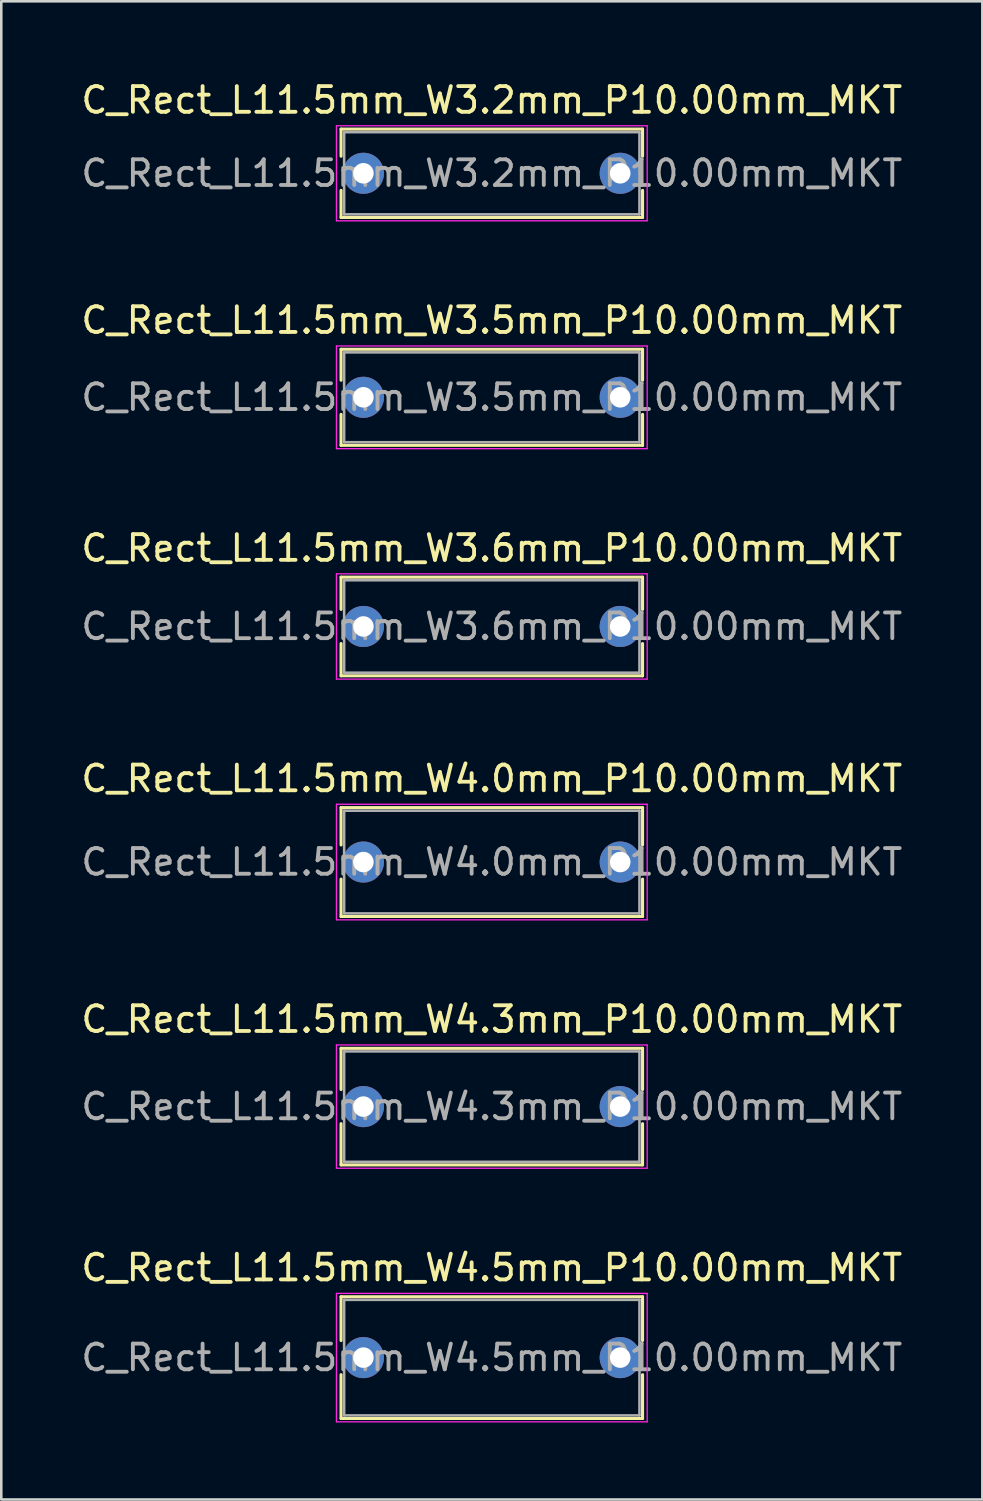
<source format=kicad_pcb>
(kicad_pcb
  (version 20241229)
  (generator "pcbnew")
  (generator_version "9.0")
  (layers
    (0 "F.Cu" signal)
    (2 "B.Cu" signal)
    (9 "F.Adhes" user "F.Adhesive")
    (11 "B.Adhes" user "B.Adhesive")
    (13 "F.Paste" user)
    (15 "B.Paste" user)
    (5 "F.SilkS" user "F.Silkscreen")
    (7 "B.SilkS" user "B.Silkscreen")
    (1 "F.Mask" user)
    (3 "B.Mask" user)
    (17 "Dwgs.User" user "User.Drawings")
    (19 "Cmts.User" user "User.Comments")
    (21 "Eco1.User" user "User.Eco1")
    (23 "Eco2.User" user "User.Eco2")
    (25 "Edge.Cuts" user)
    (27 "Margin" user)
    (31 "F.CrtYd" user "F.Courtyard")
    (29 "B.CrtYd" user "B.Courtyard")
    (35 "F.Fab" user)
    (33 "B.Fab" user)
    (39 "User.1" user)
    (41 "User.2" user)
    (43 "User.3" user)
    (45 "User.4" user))
  (footprint "C_Rect_L11.5mm_W4.5mm_P10.00mm_MKT"
    (layer "F.Cu")
    (at 11.101 49.815)
    (property "Reference" "C_Rect_L11.5mm_W4.5mm_P10.00mm_MKT" (at 5 -3.5 0) (layer "F.SilkS") (effects (font (size 1 1) (thickness 0.15))))
    (attr through_hole)
    (fp_line (start -0.87 -2.37) (end -0.87 -0.665) (stroke (width 0.12) (type solid)) (layer "F.SilkS"))
    (fp_line (start -0.87 -2.37) (end 10.87 -2.37) (stroke (width 0.12) (type solid)) (layer "F.SilkS"))
    (fp_line (start -0.87 0.665) (end -0.87 2.37) (stroke (width 0.12) (type solid)) (layer "F.SilkS"))
    (fp_line (start -0.87 2.37) (end 10.87 2.37) (stroke (width 0.12) (type solid)) (layer "F.SilkS"))
    (fp_line (start 10.87 -2.37) (end 10.87 -0.665) (stroke (width 0.12) (type solid)) (layer "F.SilkS"))
    (fp_line (start 10.87 0.665) (end 10.87 2.37) (stroke (width 0.12) (type solid)) (layer "F.SilkS"))
    (fp_line (start -1.05 -2.5) (end -1.05 2.5) (stroke (width 0.05) (type solid)) (layer "F.CrtYd"))
    (fp_line (start -1.05 2.5) (end 11.05 2.5) (stroke (width 0.05) (type solid)) (layer "F.CrtYd"))
    (fp_line (start 11.05 -2.5) (end -1.05 -2.5) (stroke (width 0.05) (type solid)) (layer "F.CrtYd"))
    (fp_line (start 11.05 2.5) (end 11.05 -2.5) (stroke (width 0.05) (type solid)) (layer "F.CrtYd"))
    (fp_line (start -0.75 -2.25) (end -0.75 2.25) (stroke (width 0.1) (type solid)) (layer "F.Fab"))
    (fp_line (start -0.75 2.25) (end 10.75 2.25) (stroke (width 0.1) (type solid)) (layer "F.Fab"))
    (fp_line (start 10.75 -2.25) (end -0.75 -2.25) (stroke (width 0.1) (type solid)) (layer "F.Fab"))
    (fp_line (start 10.75 2.25) (end 10.75 -2.25) (stroke (width 0.1) (type solid)) (layer "F.Fab"))
    (fp_text user "${REFERENCE}" (at 5 0 0) (layer "F.Fab") (effects (font (size 1 1) (thickness 0.15))))
    (pad "1" thru_hole circle (at 0 0) (size 1.6 1.6) (drill 0.8) (layers "*.Cu" "*.Mask"))
    (pad "2" thru_hole circle (at 10 0) (size 1.6 1.6) (drill 0.8) (layers "*.Cu" "*.Mask")))
  (footprint "C_Rect_L11.5mm_W3.5mm_P10.00mm_MKT"
    (layer "F.Cu")
    (at 11.101 12.421)
    (property "Reference" "C_Rect_L11.5mm_W3.5mm_P10.00mm_MKT" (at 5 -3 0) (layer "F.SilkS") (effects (font (size 1 1) (thickness 0.15))))
    (attr through_hole)
    (fp_line (start -0.87 -1.87) (end -0.87 -0.665) (stroke (width 0.12) (type solid)) (layer "F.SilkS"))
    (fp_line (start -0.87 -1.87) (end 10.87 -1.87) (stroke (width 0.12) (type solid)) (layer "F.SilkS"))
    (fp_line (start -0.87 0.665) (end -0.87 1.87) (stroke (width 0.12) (type solid)) (layer "F.SilkS"))
    (fp_line (start -0.87 1.87) (end 10.87 1.87) (stroke (width 0.12) (type solid)) (layer "F.SilkS"))
    (fp_line (start 10.87 -1.87) (end 10.87 -0.665) (stroke (width 0.12) (type solid)) (layer "F.SilkS"))
    (fp_line (start 10.87 0.665) (end 10.87 1.87) (stroke (width 0.12) (type solid)) (layer "F.SilkS"))
    (fp_line (start -1.05 -2) (end -1.05 2) (stroke (width 0.05) (type solid)) (layer "F.CrtYd"))
    (fp_line (start -1.05 2) (end 11.05 2) (stroke (width 0.05) (type solid)) (layer "F.CrtYd"))
    (fp_line (start 11.05 -2) (end -1.05 -2) (stroke (width 0.05) (type solid)) (layer "F.CrtYd"))
    (fp_line (start 11.05 2) (end 11.05 -2) (stroke (width 0.05) (type solid)) (layer "F.CrtYd"))
    (fp_line (start -0.75 -1.75) (end -0.75 1.75) (stroke (width 0.1) (type solid)) (layer "F.Fab"))
    (fp_line (start -0.75 1.75) (end 10.75 1.75) (stroke (width 0.1) (type solid)) (layer "F.Fab"))
    (fp_line (start 10.75 -1.75) (end -0.75 -1.75) (stroke (width 0.1) (type solid)) (layer "F.Fab"))
    (fp_line (start 10.75 1.75) (end 10.75 -1.75) (stroke (width 0.1) (type solid)) (layer "F.Fab"))
    (fp_text user "${REFERENCE}" (at 5 0 0) (layer "F.Fab") (effects (font (size 1 1) (thickness 0.15))))
    (pad "1" thru_hole circle (at 0 0) (size 1.6 1.6) (drill 0.8) (layers "*.Cu" "*.Mask"))
    (pad "2" thru_hole circle (at 10 0) (size 1.6 1.6) (drill 0.8) (layers "*.Cu" "*.Mask")))
  (footprint "C_Rect_L11.5mm_W3.2mm_P10.00mm_MKT"
    (layer "F.Cu")
    (at 11.101 3.698)
    (property "Reference" "C_Rect_L11.5mm_W3.2mm_P10.00mm_MKT" (at 5 -2.85 0) (layer "F.SilkS") (effects (font (size 1 1) (thickness 0.15))))
    (attr through_hole)
    (fp_line (start -0.87 -1.721) (end -0.87 -0.665) (stroke (width 0.12) (type solid)) (layer "F.SilkS"))
    (fp_line (start -0.87 -1.721) (end 10.87 -1.721) (stroke (width 0.12) (type solid)) (layer "F.SilkS"))
    (fp_line (start -0.87 0.665) (end -0.87 1.721) (stroke (width 0.12) (type solid)) (layer "F.SilkS"))
    (fp_line (start -0.87 1.721) (end 10.87 1.721) (stroke (width 0.12) (type solid)) (layer "F.SilkS"))
    (fp_line (start 10.87 -1.721) (end 10.87 -0.665) (stroke (width 0.12) (type solid)) (layer "F.SilkS"))
    (fp_line (start 10.87 0.665) (end 10.87 1.721) (stroke (width 0.12) (type solid)) (layer "F.SilkS"))
    (fp_line (start -1.05 -1.85) (end -1.05 1.85) (stroke (width 0.05) (type solid)) (layer "F.CrtYd"))
    (fp_line (start -1.05 1.85) (end 11.05 1.85) (stroke (width 0.05) (type solid)) (layer "F.CrtYd"))
    (fp_line (start 11.05 -1.85) (end -1.05 -1.85) (stroke (width 0.05) (type solid)) (layer "F.CrtYd"))
    (fp_line (start 11.05 1.85) (end 11.05 -1.85) (stroke (width 0.05) (type solid)) (layer "F.CrtYd"))
    (fp_line (start -0.75 -1.6) (end -0.75 1.6) (stroke (width 0.1) (type solid)) (layer "F.Fab"))
    (fp_line (start -0.75 1.6) (end 10.75 1.6) (stroke (width 0.1) (type solid)) (layer "F.Fab"))
    (fp_line (start 10.75 -1.6) (end -0.75 -1.6) (stroke (width 0.1) (type solid)) (layer "F.Fab"))
    (fp_line (start 10.75 1.6) (end 10.75 -1.6) (stroke (width 0.1) (type solid)) (layer "F.Fab"))
    (fp_text user "${REFERENCE}" (at 5 0 0) (layer "F.Fab") (effects (font (size 1 1) (thickness 0.15))))
    (pad "1" thru_hole circle (at 0 0) (size 1.6 1.6) (drill 0.8) (layers "*.Cu" "*.Mask"))
    (pad "2" thru_hole circle (at 10 0) (size 1.6 1.6) (drill 0.8) (layers "*.Cu" "*.Mask")))
  (footprint "C_Rect_L11.5mm_W3.6mm_P10.00mm_MKT"
    (layer "F.Cu")
    (at 11.101 21.345)
    (property "Reference" "C_Rect_L11.5mm_W3.6mm_P10.00mm_MKT" (at 5 -3.05 0) (layer "F.SilkS") (effects (font (size 1 1) (thickness 0.15))))
    (attr through_hole)
    (fp_line (start -0.87 -1.92) (end -0.87 -0.665) (stroke (width 0.12) (type solid)) (layer "F.SilkS"))
    (fp_line (start -0.87 -1.92) (end 10.87 -1.92) (stroke (width 0.12) (type solid)) (layer "F.SilkS"))
    (fp_line (start -0.87 0.665) (end -0.87 1.92) (stroke (width 0.12) (type solid)) (layer "F.SilkS"))
    (fp_line (start -0.87 1.92) (end 10.87 1.92) (stroke (width 0.12) (type solid)) (layer "F.SilkS"))
    (fp_line (start 10.87 -1.92) (end 10.87 -0.665) (stroke (width 0.12) (type solid)) (layer "F.SilkS"))
    (fp_line (start 10.87 0.665) (end 10.87 1.92) (stroke (width 0.12) (type solid)) (layer "F.SilkS"))
    (fp_line (start -1.05 -2.05) (end -1.05 2.05) (stroke (width 0.05) (type solid)) (layer "F.CrtYd"))
    (fp_line (start -1.05 2.05) (end 11.05 2.05) (stroke (width 0.05) (type solid)) (layer "F.CrtYd"))
    (fp_line (start 11.05 -2.05) (end -1.05 -2.05) (stroke (width 0.05) (type solid)) (layer "F.CrtYd"))
    (fp_line (start 11.05 2.05) (end 11.05 -2.05) (stroke (width 0.05) (type solid)) (layer "F.CrtYd"))
    (fp_line (start -0.75 -1.8) (end -0.75 1.8) (stroke (width 0.1) (type solid)) (layer "F.Fab"))
    (fp_line (start -0.75 1.8) (end 10.75 1.8) (stroke (width 0.1) (type solid)) (layer "F.Fab"))
    (fp_line (start 10.75 -1.8) (end -0.75 -1.8) (stroke (width 0.1) (type solid)) (layer "F.Fab"))
    (fp_line (start 10.75 1.8) (end 10.75 -1.8) (stroke (width 0.1) (type solid)) (layer "F.Fab"))
    (fp_text user "${REFERENCE}" (at 5 0 0) (layer "F.Fab") (effects (font (size 1 1) (thickness 0.15))))
    (pad "1" thru_hole circle (at 0 0) (size 1.6 1.6) (drill 0.8) (layers "*.Cu" "*.Mask"))
    (pad "2" thru_hole circle (at 10 0) (size 1.6 1.6) (drill 0.8) (layers "*.Cu" "*.Mask")))
  (footprint "C_Rect_L11.5mm_W4.0mm_P10.00mm_MKT"
    (layer "F.Cu")
    (at 11.101 30.518)
    (property "Reference" "C_Rect_L11.5mm_W4.0mm_P10.00mm_MKT" (at 5 -3.25 0) (layer "F.SilkS") (effects (font (size 1 1) (thickness 0.15))))
    (attr through_hole)
    (fp_line (start -0.87 -2.12) (end -0.87 -0.665) (stroke (width 0.12) (type solid)) (layer "F.SilkS"))
    (fp_line (start -0.87 -2.12) (end 10.87 -2.12) (stroke (width 0.12) (type solid)) (layer "F.SilkS"))
    (fp_line (start -0.87 0.665) (end -0.87 2.12) (stroke (width 0.12) (type solid)) (layer "F.SilkS"))
    (fp_line (start -0.87 2.12) (end 10.87 2.12) (stroke (width 0.12) (type solid)) (layer "F.SilkS"))
    (fp_line (start 10.87 -2.12) (end 10.87 -0.665) (stroke (width 0.12) (type solid)) (layer "F.SilkS"))
    (fp_line (start 10.87 0.665) (end 10.87 2.12) (stroke (width 0.12) (type solid)) (layer "F.SilkS"))
    (fp_line (start -1.05 -2.25) (end -1.05 2.25) (stroke (width 0.05) (type solid)) (layer "F.CrtYd"))
    (fp_line (start -1.05 2.25) (end 11.05 2.25) (stroke (width 0.05) (type solid)) (layer "F.CrtYd"))
    (fp_line (start 11.05 -2.25) (end -1.05 -2.25) (stroke (width 0.05) (type solid)) (layer "F.CrtYd"))
    (fp_line (start 11.05 2.25) (end 11.05 -2.25) (stroke (width 0.05) (type solid)) (layer "F.CrtYd"))
    (fp_line (start -0.75 -2) (end -0.75 2) (stroke (width 0.1) (type solid)) (layer "F.Fab"))
    (fp_line (start -0.75 2) (end 10.75 2) (stroke (width 0.1) (type solid)) (layer "F.Fab"))
    (fp_line (start 10.75 -2) (end -0.75 -2) (stroke (width 0.1) (type solid)) (layer "F.Fab"))
    (fp_line (start 10.75 2) (end 10.75 -2) (stroke (width 0.1) (type solid)) (layer "F.Fab"))
    (fp_text user "${REFERENCE}" (at 5 0 0) (layer "F.Fab") (effects (font (size 1 1) (thickness 0.15))))
    (pad "1" thru_hole circle (at 0 0) (size 1.6 1.6) (drill 0.8) (layers "*.Cu" "*.Mask"))
    (pad "2" thru_hole circle (at 10 0) (size 1.6 1.6) (drill 0.8) (layers "*.Cu" "*.Mask")))
  (footprint "C_Rect_L11.5mm_W4.3mm_P10.00mm_MKT"
    (layer "F.Cu")
    (at 11.101 40.041)
    (property "Reference" "C_Rect_L11.5mm_W4.3mm_P10.00mm_MKT" (at 5 -3.4 0) (layer "F.SilkS") (effects (font (size 1 1) (thickness 0.15))))
    (attr through_hole)
    (fp_line (start -0.87 -2.27) (end -0.87 -0.665) (stroke (width 0.12) (type solid)) (layer "F.SilkS"))
    (fp_line (start -0.87 -2.27) (end 10.87 -2.27) (stroke (width 0.12) (type solid)) (layer "F.SilkS"))
    (fp_line (start -0.87 0.665) (end -0.87 2.27) (stroke (width 0.12) (type solid)) (layer "F.SilkS"))
    (fp_line (start -0.87 2.27) (end 10.87 2.27) (stroke (width 0.12) (type solid)) (layer "F.SilkS"))
    (fp_line (start 10.87 -2.27) (end 10.87 -0.665) (stroke (width 0.12) (type solid)) (layer "F.SilkS"))
    (fp_line (start 10.87 0.665) (end 10.87 2.27) (stroke (width 0.12) (type solid)) (layer "F.SilkS"))
    (fp_line (start -1.05 -2.4) (end -1.05 2.4) (stroke (width 0.05) (type solid)) (layer "F.CrtYd"))
    (fp_line (start -1.05 2.4) (end 11.05 2.4) (stroke (width 0.05) (type solid)) (layer "F.CrtYd"))
    (fp_line (start 11.05 -2.4) (end -1.05 -2.4) (stroke (width 0.05) (type solid)) (layer "F.CrtYd"))
    (fp_line (start 11.05 2.4) (end 11.05 -2.4) (stroke (width 0.05) (type solid)) (layer "F.CrtYd"))
    (fp_line (start -0.75 -2.15) (end -0.75 2.15) (stroke (width 0.1) (type solid)) (layer "F.Fab"))
    (fp_line (start -0.75 2.15) (end 10.75 2.15) (stroke (width 0.1) (type solid)) (layer "F.Fab"))
    (fp_line (start 10.75 -2.15) (end -0.75 -2.15) (stroke (width 0.1) (type solid)) (layer "F.Fab"))
    (fp_line (start 10.75 2.15) (end 10.75 -2.15) (stroke (width 0.1) (type solid)) (layer "F.Fab"))
    (fp_text user "${REFERENCE}" (at 5 0 0) (layer "F.Fab") (effects (font (size 1 1) (thickness 0.15))))
    (pad "1" thru_hole circle (at 0 0) (size 1.6 1.6) (drill 0.8) (layers "*.Cu" "*.Mask"))
    (pad "2" thru_hole circle (at 10 0) (size 1.6 1.6) (drill 0.8) (layers "*.Cu" "*.Mask")))
  (gr_rect
    (start -3 -3)
    (end 35.202 55.34)
    (stroke (width 0.1) (type default))
    (fill no)
    (layer "Edge.Cuts")))
</source>
